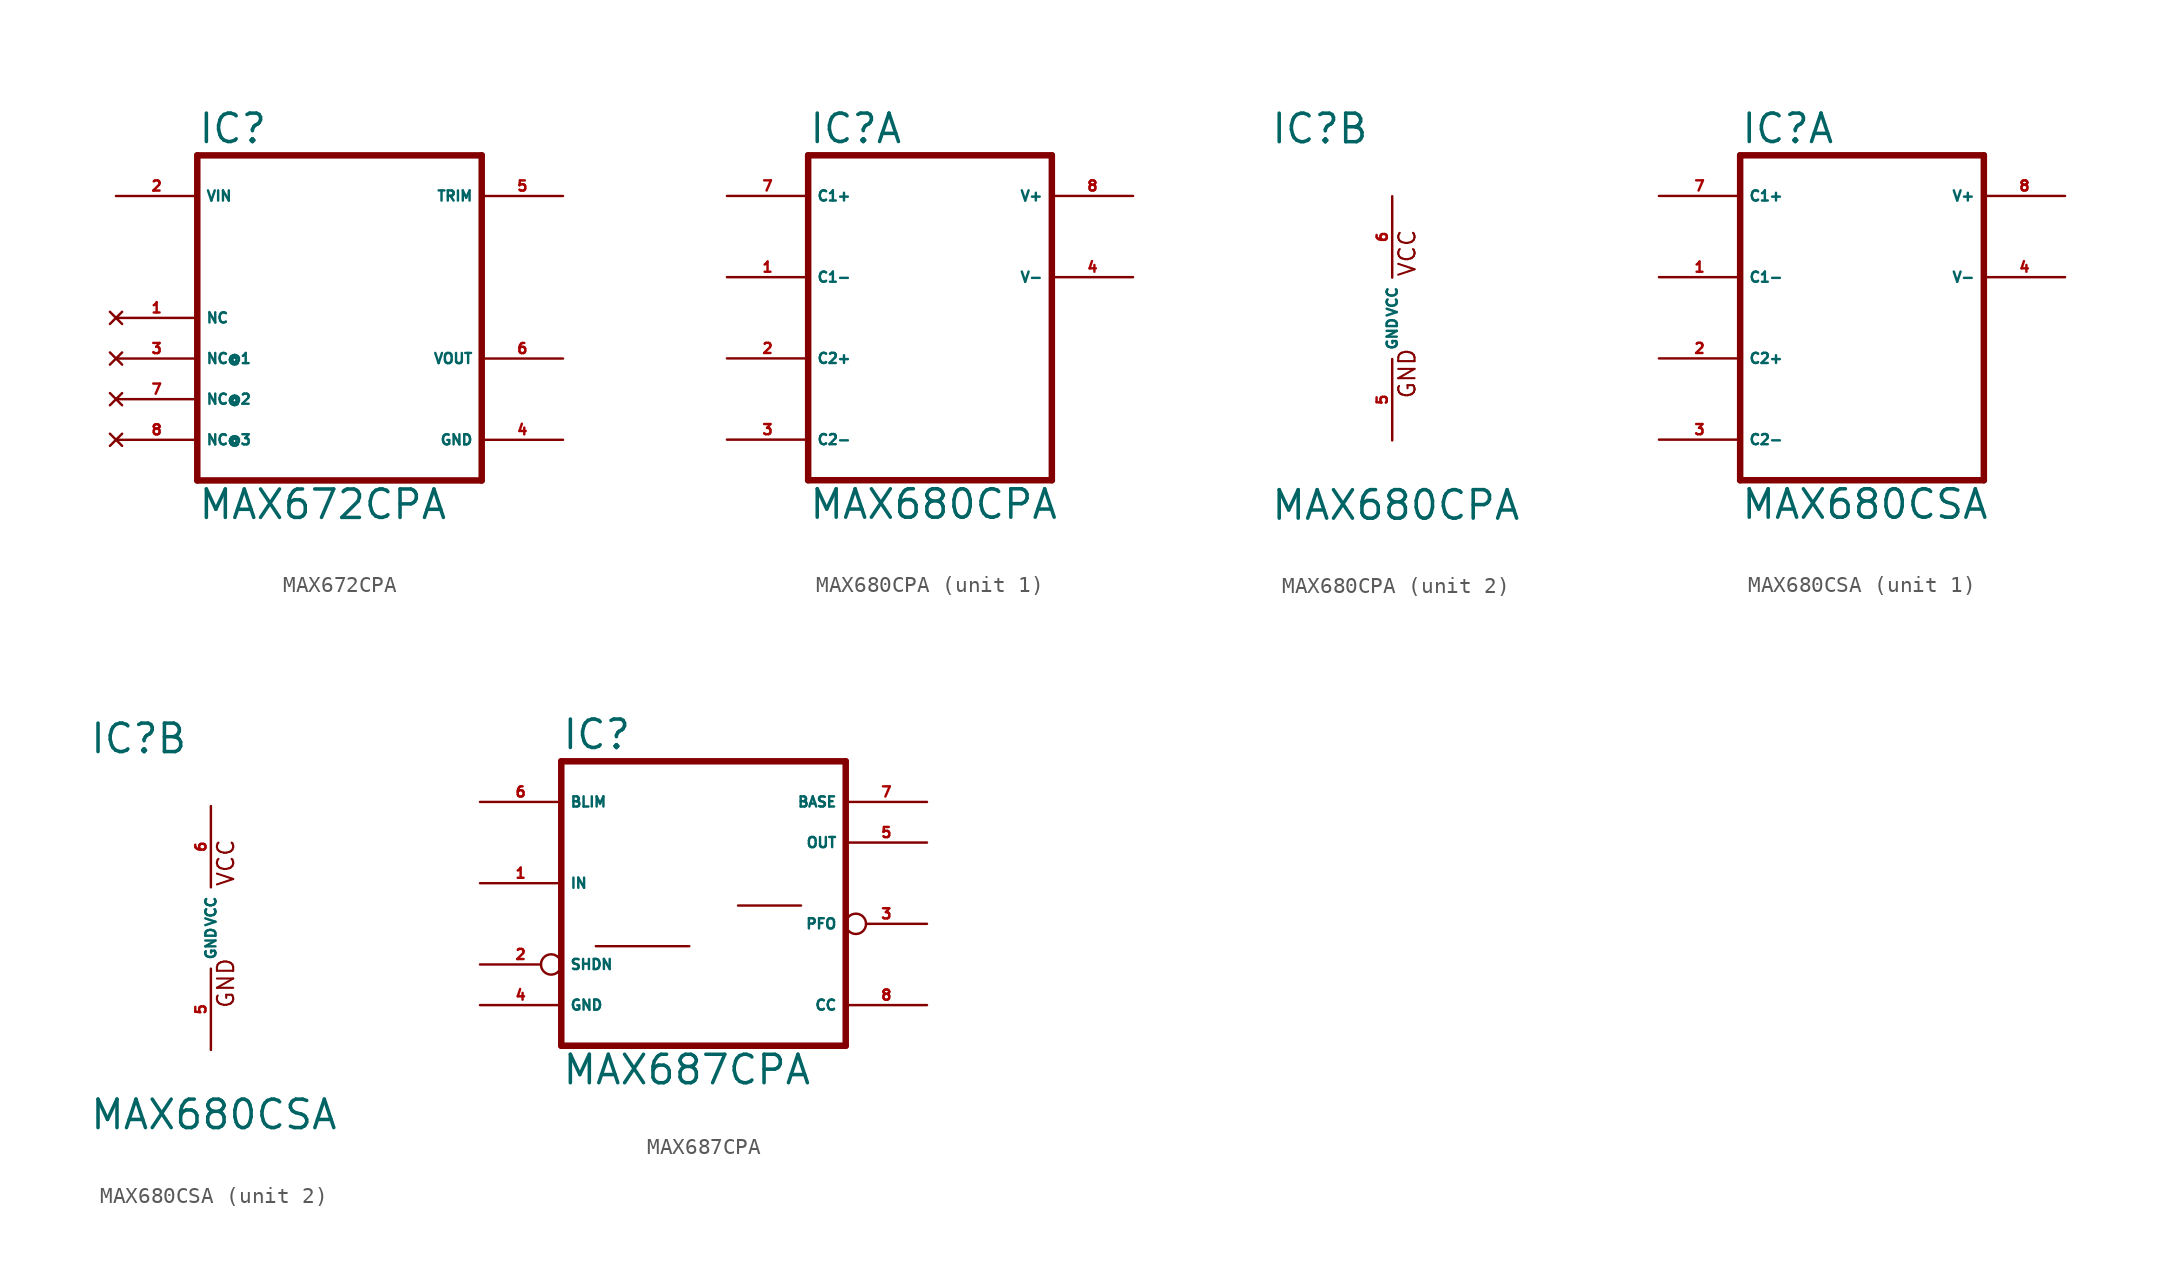
<source format=kicad_sym>
(kicad_symbol_lib
  (version 20220914)
  (generator Eagle2Kicad)
  (symbol "MAX672CPA"
    (property "Reference" "IC"
      (at -10.16 10.795 0)
      (effects (font (size 1.778 1.778) (thickness 0.22)) (justify left bottom)))
    (property "Value" "MAX672CPA"
      (at -10.16 -12.7 0)
      (effects (font (size 1.778 1.778) (thickness 0.22)) (justify left bottom)))
    (polyline
      (pts (xy -10.16 -10.16) (xy 7.62 -10.16))
      (stroke (width 0.406) (type default))
      (fill (type none)))
    (polyline
      (pts (xy 7.62 10.16) (xy 7.62 -10.16))
      (stroke (width 0.406) (type default))
      (fill (type none)))
    (polyline
      (pts (xy 7.62 10.16) (xy -10.16 10.16))
      (stroke (width 0.406) (type default))
      (fill (type none)))
    (polyline
      (pts (xy -10.16 -10.16) (xy -10.16 10.16))
      (stroke (width 0.406) (type default))
      (fill (type none)))
    (pin input line
      (at -15.24 7.62 0)
      (length 5.08)
      (name "VIN" (effects (font (size 0.635 0.635) (thickness 0.08)) (justify left bottom)))
      (number "2" (effects (font (size 0.635 0.635) (thickness 0.08)) (justify left bottom))))
    (pin input line
      (at 12.7 7.62 180)
      (length 5.08)
      (name "TRIM" (effects (font (size 0.635 0.635) (thickness 0.08)) (justify left bottom)))
      (number "5" (effects (font (size 0.635 0.635) (thickness 0.08)) (justify left bottom))))
    (pin no_connect line
      (at -15.24 0 0)
      (length 5.08)
      (name "NC" (effects (font (size 0.635 0.635) (thickness 0.08)) (justify left bottom) hide))
      (number "1" (effects (font (size 0.635 0.635) (thickness 0.08)) (justify left bottom) hide)))
    (pin no_connect line
      (at -15.24 -2.54 0)
      (length 5.08)
      (name "NC@1" (effects (font (size 0.635 0.635) (thickness 0.08)) (justify left bottom) hide))
      (number "3" (effects (font (size 0.635 0.635) (thickness 0.08)) (justify left bottom) hide)))
    (pin no_connect line
      (at -15.24 -5.08 0)
      (length 5.08)
      (name "NC@2" (effects (font (size 0.635 0.635) (thickness 0.08)) (justify left bottom) hide))
      (number "7" (effects (font (size 0.635 0.635) (thickness 0.08)) (justify left bottom) hide)))
    (pin no_connect line
      (at -15.24 -7.62 0)
      (length 5.08)
      (name "NC@3" (effects (font (size 0.635 0.635) (thickness 0.08)) (justify left bottom) hide))
      (number "8" (effects (font (size 0.635 0.635) (thickness 0.08)) (justify left bottom) hide)))
    (pin unspecified line
      (at 12.7 -7.62 180)
      (length 5.08)
      (name "GND" (effects (font (size 0.635 0.635) (thickness 0.08)) (justify left bottom)))
      (number "4" (effects (font (size 0.635 0.635) (thickness 0.08)) (justify left bottom))))
    (pin unspecified line
      (at 12.7 -2.54 180)
      (length 5.08)
      (name "VOUT" (effects (font (size 0.635 0.635) (thickness 0.08)) (justify left bottom)))
      (number "6" (effects (font (size 0.635 0.635) (thickness 0.08)) (justify left bottom)))))
  (symbol "MAX680CPA"
    (property "Reference" "IC"
      (at -7.62 10.795 0)
      (effects (font (size 1.778 1.778) (thickness 0.22)) (justify left bottom)))
    (property "Value" "MAX680CPA"
      (at -7.62 -12.7 0)
      (effects (font (size 1.778 1.778) (thickness 0.22)) (justify left bottom)))
    (symbol "MAX680CPA_1_0"
      (polyline (pts (xy -7.62 -10.16) (xy 7.62 -10.16)) (stroke (width 0.406) (type default)) (fill (type none)))
      (polyline (pts (xy 7.62 10.16) (xy 7.62 -10.16)) (stroke (width 0.406) (type default)) (fill (type none)))
      (polyline (pts (xy 7.62 10.16) (xy -7.62 10.16)) (stroke (width 0.406) (type default)) (fill (type none)))
      (polyline (pts (xy -7.62 -10.16) (xy -7.62 10.16)) (stroke (width 0.406) (type default)) (fill (type none)))
      (pin passive line (at -12.7 2.54 0) (length 5.08) (name "C1-" (effects (font (size 0.635 0.635) (thickness 0.08)) (justify left bottom))) (number "1" (effects (font (size 0.635 0.635) (thickness 0.08)) (justify left bottom))))
      (pin passive line (at -12.7 7.62 0) (length 5.08) (name "C1+" (effects (font (size 0.635 0.635) (thickness 0.08)) (justify left bottom))) (number "7" (effects (font (size 0.635 0.635) (thickness 0.08)) (justify left bottom))))
      (pin passive line (at -12.7 -2.54 0) (length 5.08) (name "C2+" (effects (font (size 0.635 0.635) (thickness 0.08)) (justify left bottom))) (number "2" (effects (font (size 0.635 0.635) (thickness 0.08)) (justify left bottom))))
      (pin passive line (at -12.7 -7.62 0) (length 5.08) (name "C2-" (effects (font (size 0.635 0.635) (thickness 0.08)) (justify left bottom))) (number "3" (effects (font (size 0.635 0.635) (thickness 0.08)) (justify left bottom))))
      (pin output line (at 12.7 7.62 180) (length 5.08) (name "V+" (effects (font (size 0.635 0.635) (thickness 0.08)) (justify left bottom))) (number "8" (effects (font (size 0.635 0.635) (thickness 0.08)) (justify left bottom))))
      (pin output line (at 12.7 2.54 180) (length 5.08) (name "V-" (effects (font (size 0.635 0.635) (thickness 0.08)) (justify left bottom))) (number "4" (effects (font (size 0.635 0.635) (thickness 0.08)) (justify left bottom)))))
    (symbol "MAX680CPA_2_0"
      (text "GND" (at 1.524 -5.08 900) (effects (font (size 1.016 1.016) (thickness 0.13)) (justify left bottom)))
      (text "VCC" (at 1.524 2.54 900) (effects (font (size 1.016 1.016) (thickness 0.13)) (justify left bottom)))
      (pin unspecified line (at 0 7.62 270) (length 5.08) (name "VCC" (effects (font (size 0.635 0.635) (thickness 0.08)) (justify left bottom))) (number "6" (effects (font (size 0.635 0.635) (thickness 0.08)) (justify left bottom))))
      (pin unspecified line (at 0 -7.62 90) (length 5.08) (name "GND" (effects (font (size 0.635 0.635) (thickness 0.08)) (justify left bottom))) (number "5" (effects (font (size 0.635 0.635) (thickness 0.08)) (justify left bottom))))))
  (symbol "MAX680CSA"
    (property "Reference" "IC"
      (at -7.62 10.795 0)
      (effects (font (size 1.778 1.778) (thickness 0.22)) (justify left bottom)))
    (property "Value" "MAX680CSA"
      (at -7.62 -12.7 0)
      (effects (font (size 1.778 1.778) (thickness 0.22)) (justify left bottom)))
    (symbol "MAX680CSA_1_0"
      (polyline (pts (xy -7.62 -10.16) (xy 7.62 -10.16)) (stroke (width 0.406) (type default)) (fill (type none)))
      (polyline (pts (xy 7.62 10.16) (xy 7.62 -10.16)) (stroke (width 0.406) (type default)) (fill (type none)))
      (polyline (pts (xy 7.62 10.16) (xy -7.62 10.16)) (stroke (width 0.406) (type default)) (fill (type none)))
      (polyline (pts (xy -7.62 -10.16) (xy -7.62 10.16)) (stroke (width 0.406) (type default)) (fill (type none)))
      (pin passive line (at -12.7 2.54 0) (length 5.08) (name "C1-" (effects (font (size 0.635 0.635) (thickness 0.08)) (justify left bottom))) (number "1" (effects (font (size 0.635 0.635) (thickness 0.08)) (justify left bottom))))
      (pin passive line (at -12.7 7.62 0) (length 5.08) (name "C1+" (effects (font (size 0.635 0.635) (thickness 0.08)) (justify left bottom))) (number "7" (effects (font (size 0.635 0.635) (thickness 0.08)) (justify left bottom))))
      (pin passive line (at -12.7 -2.54 0) (length 5.08) (name "C2+" (effects (font (size 0.635 0.635) (thickness 0.08)) (justify left bottom))) (number "2" (effects (font (size 0.635 0.635) (thickness 0.08)) (justify left bottom))))
      (pin passive line (at -12.7 -7.62 0) (length 5.08) (name "C2-" (effects (font (size 0.635 0.635) (thickness 0.08)) (justify left bottom))) (number "3" (effects (font (size 0.635 0.635) (thickness 0.08)) (justify left bottom))))
      (pin output line (at 12.7 7.62 180) (length 5.08) (name "V+" (effects (font (size 0.635 0.635) (thickness 0.08)) (justify left bottom))) (number "8" (effects (font (size 0.635 0.635) (thickness 0.08)) (justify left bottom))))
      (pin output line (at 12.7 2.54 180) (length 5.08) (name "V-" (effects (font (size 0.635 0.635) (thickness 0.08)) (justify left bottom))) (number "4" (effects (font (size 0.635 0.635) (thickness 0.08)) (justify left bottom)))))
    (symbol "MAX680CSA_2_0"
      (text "GND" (at 1.524 -5.08 900) (effects (font (size 1.016 1.016) (thickness 0.13)) (justify left bottom)))
      (text "VCC" (at 1.524 2.54 900) (effects (font (size 1.016 1.016) (thickness 0.13)) (justify left bottom)))
      (pin unspecified line (at 0 7.62 270) (length 5.08) (name "VCC" (effects (font (size 0.635 0.635) (thickness 0.08)) (justify left bottom))) (number "6" (effects (font (size 0.635 0.635) (thickness 0.08)) (justify left bottom))))
      (pin unspecified line (at 0 -7.62 90) (length 5.08) (name "GND" (effects (font (size 0.635 0.635) (thickness 0.08)) (justify left bottom))) (number "5" (effects (font (size 0.635 0.635) (thickness 0.08)) (justify left bottom))))))
  (symbol "MAX687CPA"
    (property "Reference" "IC"
      (at -7.62 10.795 0)
      (effects (font (size 1.778 1.778) (thickness 0.22)) (justify left bottom)))
    (property "Value" "MAX687CPA"
      (at -7.62 -10.16 0)
      (effects (font (size 1.778 1.778) (thickness 0.22)) (justify left bottom)))
    (polyline
      (pts (xy 10.16 -7.62) (xy -7.62 -7.62))
      (stroke (width 0.406) (type default))
      (fill (type none)))
    (polyline
      (pts (xy -7.62 10.16) (xy -7.62 -7.62))
      (stroke (width 0.406) (type default))
      (fill (type none)))
    (polyline
      (pts (xy -7.62 10.16) (xy 10.16 10.16))
      (stroke (width 0.406) (type default))
      (fill (type none)))
    (polyline
      (pts (xy 10.16 -7.62) (xy 10.16 10.16))
      (stroke (width 0.406) (type default))
      (fill (type none)))
    (polyline
      (pts (xy 3.429 1.143) (xy 7.366 1.143))
      (stroke (width 0.152) (type default))
      (fill (type none)))
    (polyline
      (pts (xy -5.461 -1.397) (xy 0.381 -1.397))
      (stroke (width 0.152) (type default))
      (fill (type none)))
    (pin output line
      (at 15.24 5.08 180)
      (length 5.08)
      (name "OUT" (effects (font (size 0.635 0.635) (thickness 0.08)) (justify left bottom)))
      (number "5" (effects (font (size 0.635 0.635) (thickness 0.08)) (justify left bottom))))
    (pin output inverted
      (at 15.24 0 180)
      (length 5.08)
      (name "PFO" (effects (font (size 0.635 0.635) (thickness 0.08)) (justify left bottom)))
      (number "3" (effects (font (size 0.635 0.635) (thickness 0.08)) (justify left bottom))))
    (pin output line
      (at 15.24 -5.08 180)
      (length 5.08)
      (name "CC" (effects (font (size 0.635 0.635) (thickness 0.08)) (justify left bottom)))
      (number "8" (effects (font (size 0.635 0.635) (thickness 0.08)) (justify left bottom))))
    (pin input line
      (at -12.7 2.54 0)
      (length 5.08)
      (name "IN" (effects (font (size 0.635 0.635) (thickness 0.08)) (justify left bottom)))
      (number "1" (effects (font (size 0.635 0.635) (thickness 0.08)) (justify left bottom))))
    (pin unspecified line
      (at -12.7 -5.08 0)
      (length 5.08)
      (name "GND" (effects (font (size 0.635 0.635) (thickness 0.08)) (justify left bottom)))
      (number "4" (effects (font (size 0.635 0.635) (thickness 0.08)) (justify left bottom))))
    (pin input inverted
      (at -12.7 -2.54 0)
      (length 5.08)
      (name "SHDN" (effects (font (size 0.635 0.635) (thickness 0.08)) (justify left bottom)))
      (number "2" (effects (font (size 0.635 0.635) (thickness 0.08)) (justify left bottom))))
    (pin output line
      (at 15.24 7.62 180)
      (length 5.08)
      (name "BASE" (effects (font (size 0.635 0.635) (thickness 0.08)) (justify left bottom)))
      (number "7" (effects (font (size 0.635 0.635) (thickness 0.08)) (justify left bottom))))
    (pin input line
      (at -12.7 7.62 0)
      (length 5.08)
      (name "BLIM" (effects (font (size 0.635 0.635) (thickness 0.08)) (justify left bottom)))
      (number "6" (effects (font (size 0.635 0.635) (thickness 0.08)) (justify left bottom))))))
</source>
